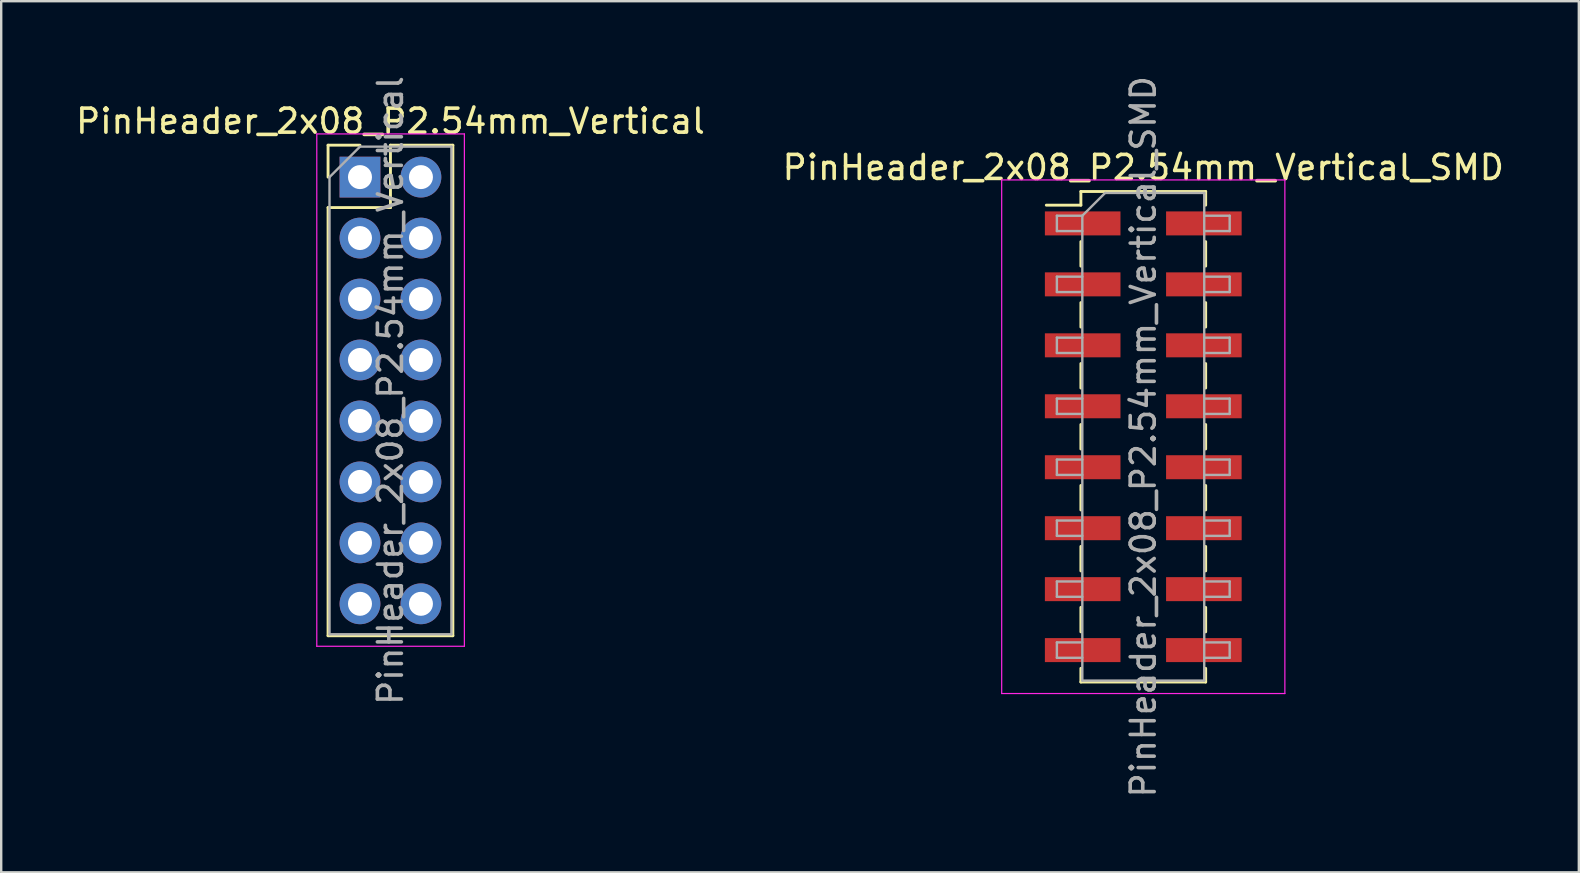
<source format=kicad_pcb>
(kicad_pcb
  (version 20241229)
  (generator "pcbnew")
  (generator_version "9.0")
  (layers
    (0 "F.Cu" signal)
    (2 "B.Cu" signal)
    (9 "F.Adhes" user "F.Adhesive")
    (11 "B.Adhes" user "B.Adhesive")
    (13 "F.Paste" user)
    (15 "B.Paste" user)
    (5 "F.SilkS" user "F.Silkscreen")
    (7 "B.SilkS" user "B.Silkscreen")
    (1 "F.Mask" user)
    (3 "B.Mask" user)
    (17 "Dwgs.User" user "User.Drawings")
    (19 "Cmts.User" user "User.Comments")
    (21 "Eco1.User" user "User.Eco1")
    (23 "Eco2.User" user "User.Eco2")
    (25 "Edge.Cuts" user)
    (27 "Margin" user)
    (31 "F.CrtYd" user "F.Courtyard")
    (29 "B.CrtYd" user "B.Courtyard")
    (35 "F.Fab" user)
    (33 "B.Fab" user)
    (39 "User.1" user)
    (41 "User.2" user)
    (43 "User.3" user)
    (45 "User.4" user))
  (footprint "PinHeader_2x08_P2.54mm_Vertical_SMD"
    (layer "F.Cu")
    (at 44.589 15.149)
    (property "Reference" "PinHeader_2x08_P2.54mm_Vertical_SMD" (at 0 -11.22 0) (layer "F.SilkS") (effects (font (size 1 1) (thickness 0.15))))
    (attr smd)
    (fp_line (start -4.04 -9.65) (end -2.6 -9.65) (stroke (width 0.12) (type solid)) (layer "F.SilkS"))
    (fp_line (start -2.6 -10.22) (end -2.6 -9.65) (stroke (width 0.12) (type solid)) (layer "F.SilkS"))
    (fp_line (start -2.6 -10.22) (end 2.6 -10.22) (stroke (width 0.12) (type solid)) (layer "F.SilkS"))
    (fp_line (start -2.6 -8.13) (end -2.6 -7.11) (stroke (width 0.12) (type solid)) (layer "F.SilkS"))
    (fp_line (start -2.6 -5.59) (end -2.6 -4.57) (stroke (width 0.12) (type solid)) (layer "F.SilkS"))
    (fp_line (start -2.6 -3.05) (end -2.6 -2.03) (stroke (width 0.12) (type solid)) (layer "F.SilkS"))
    (fp_line (start -2.6 -0.51) (end -2.6 0.51) (stroke (width 0.12) (type solid)) (layer "F.SilkS"))
    (fp_line (start -2.6 2.03) (end -2.6 3.05) (stroke (width 0.12) (type solid)) (layer "F.SilkS"))
    (fp_line (start -2.6 4.57) (end -2.6 5.59) (stroke (width 0.12) (type solid)) (layer "F.SilkS"))
    (fp_line (start -2.6 7.11) (end -2.6 8.13) (stroke (width 0.12) (type solid)) (layer "F.SilkS"))
    (fp_line (start -2.6 9.65) (end -2.6 10.22) (stroke (width 0.12) (type solid)) (layer "F.SilkS"))
    (fp_line (start -2.6 10.22) (end 2.6 10.22) (stroke (width 0.12) (type solid)) (layer "F.SilkS"))
    (fp_line (start 2.6 -10.22) (end 2.6 -9.65) (stroke (width 0.12) (type solid)) (layer "F.SilkS"))
    (fp_line (start 2.6 -8.13) (end 2.6 -7.11) (stroke (width 0.12) (type solid)) (layer "F.SilkS"))
    (fp_line (start 2.6 -5.59) (end 2.6 -4.57) (stroke (width 0.12) (type solid)) (layer "F.SilkS"))
    (fp_line (start 2.6 -3.05) (end 2.6 -2.03) (stroke (width 0.12) (type solid)) (layer "F.SilkS"))
    (fp_line (start 2.6 -0.51) (end 2.6 0.51) (stroke (width 0.12) (type solid)) (layer "F.SilkS"))
    (fp_line (start 2.6 2.03) (end 2.6 3.05) (stroke (width 0.12) (type solid)) (layer "F.SilkS"))
    (fp_line (start 2.6 4.57) (end 2.6 5.59) (stroke (width 0.12) (type solid)) (layer "F.SilkS"))
    (fp_line (start 2.6 7.11) (end 2.6 8.13) (stroke (width 0.12) (type solid)) (layer "F.SilkS"))
    (fp_line (start 2.6 9.65) (end 2.6 10.22) (stroke (width 0.12) (type solid)) (layer "F.SilkS"))
    (fp_line (start -5.9 -10.7) (end -5.9 10.7) (stroke (width 0.05) (type solid)) (layer "F.CrtYd"))
    (fp_line (start -5.9 10.7) (end 5.9 10.7) (stroke (width 0.05) (type solid)) (layer "F.CrtYd"))
    (fp_line (start 5.9 -10.7) (end -5.9 -10.7) (stroke (width 0.05) (type solid)) (layer "F.CrtYd"))
    (fp_line (start 5.9 10.7) (end 5.9 -10.7) (stroke (width 0.05) (type solid)) (layer "F.CrtYd"))
    (fp_line (start -3.6 -9.21) (end -3.6 -8.57) (stroke (width 0.1) (type solid)) (layer "F.Fab"))
    (fp_line (start -3.6 -8.57) (end -2.54 -8.57) (stroke (width 0.1) (type solid)) (layer "F.Fab"))
    (fp_line (start -3.6 -6.67) (end -3.6 -6.03) (stroke (width 0.1) (type solid)) (layer "F.Fab"))
    (fp_line (start -3.6 -6.03) (end -2.54 -6.03) (stroke (width 0.1) (type solid)) (layer "F.Fab"))
    (fp_line (start -3.6 -4.13) (end -3.6 -3.49) (stroke (width 0.1) (type solid)) (layer "F.Fab"))
    (fp_line (start -3.6 -3.49) (end -2.54 -3.49) (stroke (width 0.1) (type solid)) (layer "F.Fab"))
    (fp_line (start -3.6 -1.59) (end -3.6 -0.95) (stroke (width 0.1) (type solid)) (layer "F.Fab"))
    (fp_line (start -3.6 -0.95) (end -2.54 -0.95) (stroke (width 0.1) (type solid)) (layer "F.Fab"))
    (fp_line (start -3.6 0.95) (end -3.6 1.59) (stroke (width 0.1) (type solid)) (layer "F.Fab"))
    (fp_line (start -3.6 1.59) (end -2.54 1.59) (stroke (width 0.1) (type solid)) (layer "F.Fab"))
    (fp_line (start -3.6 3.49) (end -3.6 4.13) (stroke (width 0.1) (type solid)) (layer "F.Fab"))
    (fp_line (start -3.6 4.13) (end -2.54 4.13) (stroke (width 0.1) (type solid)) (layer "F.Fab"))
    (fp_line (start -3.6 6.03) (end -3.6 6.67) (stroke (width 0.1) (type solid)) (layer "F.Fab"))
    (fp_line (start -3.6 6.67) (end -2.54 6.67) (stroke (width 0.1) (type solid)) (layer "F.Fab"))
    (fp_line (start -3.6 8.57) (end -3.6 9.21) (stroke (width 0.1) (type solid)) (layer "F.Fab"))
    (fp_line (start -3.6 9.21) (end -2.54 9.21) (stroke (width 0.1) (type solid)) (layer "F.Fab"))
    (fp_line (start -2.54 -9.21) (end -3.6 -9.21) (stroke (width 0.1) (type solid)) (layer "F.Fab"))
    (fp_line (start -2.54 -9.21) (end -1.59 -10.16) (stroke (width 0.1) (type solid)) (layer "F.Fab"))
    (fp_line (start -2.54 -6.67) (end -3.6 -6.67) (stroke (width 0.1) (type solid)) (layer "F.Fab"))
    (fp_line (start -2.54 -4.13) (end -3.6 -4.13) (stroke (width 0.1) (type solid)) (layer "F.Fab"))
    (fp_line (start -2.54 -1.59) (end -3.6 -1.59) (stroke (width 0.1) (type solid)) (layer "F.Fab"))
    (fp_line (start -2.54 0.95) (end -3.6 0.95) (stroke (width 0.1) (type solid)) (layer "F.Fab"))
    (fp_line (start -2.54 3.49) (end -3.6 3.49) (stroke (width 0.1) (type solid)) (layer "F.Fab"))
    (fp_line (start -2.54 6.03) (end -3.6 6.03) (stroke (width 0.1) (type solid)) (layer "F.Fab"))
    (fp_line (start -2.54 8.57) (end -3.6 8.57) (stroke (width 0.1) (type solid)) (layer "F.Fab"))
    (fp_line (start -2.54 10.16) (end -2.54 -9.21) (stroke (width 0.1) (type solid)) (layer "F.Fab"))
    (fp_line (start -1.59 -10.16) (end 2.54 -10.16) (stroke (width 0.1) (type solid)) (layer "F.Fab"))
    (fp_line (start 2.54 -10.16) (end 2.54 10.16) (stroke (width 0.1) (type solid)) (layer "F.Fab"))
    (fp_line (start 2.54 -9.21) (end 3.6 -9.21) (stroke (width 0.1) (type solid)) (layer "F.Fab"))
    (fp_line (start 2.54 -6.67) (end 3.6 -6.67) (stroke (width 0.1) (type solid)) (layer "F.Fab"))
    (fp_line (start 2.54 -4.13) (end 3.6 -4.13) (stroke (width 0.1) (type solid)) (layer "F.Fab"))
    (fp_line (start 2.54 -1.59) (end 3.6 -1.59) (stroke (width 0.1) (type solid)) (layer "F.Fab"))
    (fp_line (start 2.54 0.95) (end 3.6 0.95) (stroke (width 0.1) (type solid)) (layer "F.Fab"))
    (fp_line (start 2.54 3.49) (end 3.6 3.49) (stroke (width 0.1) (type solid)) (layer "F.Fab"))
    (fp_line (start 2.54 6.03) (end 3.6 6.03) (stroke (width 0.1) (type solid)) (layer "F.Fab"))
    (fp_line (start 2.54 8.57) (end 3.6 8.57) (stroke (width 0.1) (type solid)) (layer "F.Fab"))
    (fp_line (start 2.54 10.16) (end -2.54 10.16) (stroke (width 0.1) (type solid)) (layer "F.Fab"))
    (fp_line (start 3.6 -9.21) (end 3.6 -8.57) (stroke (width 0.1) (type solid)) (layer "F.Fab"))
    (fp_line (start 3.6 -8.57) (end 2.54 -8.57) (stroke (width 0.1) (type solid)) (layer "F.Fab"))
    (fp_line (start 3.6 -6.67) (end 3.6 -6.03) (stroke (width 0.1) (type solid)) (layer "F.Fab"))
    (fp_line (start 3.6 -6.03) (end 2.54 -6.03) (stroke (width 0.1) (type solid)) (layer "F.Fab"))
    (fp_line (start 3.6 -4.13) (end 3.6 -3.49) (stroke (width 0.1) (type solid)) (layer "F.Fab"))
    (fp_line (start 3.6 -3.49) (end 2.54 -3.49) (stroke (width 0.1) (type solid)) (layer "F.Fab"))
    (fp_line (start 3.6 -1.59) (end 3.6 -0.95) (stroke (width 0.1) (type solid)) (layer "F.Fab"))
    (fp_line (start 3.6 -0.95) (end 2.54 -0.95) (stroke (width 0.1) (type solid)) (layer "F.Fab"))
    (fp_line (start 3.6 0.95) (end 3.6 1.59) (stroke (width 0.1) (type solid)) (layer "F.Fab"))
    (fp_line (start 3.6 1.59) (end 2.54 1.59) (stroke (width 0.1) (type solid)) (layer "F.Fab"))
    (fp_line (start 3.6 3.49) (end 3.6 4.13) (stroke (width 0.1) (type solid)) (layer "F.Fab"))
    (fp_line (start 3.6 4.13) (end 2.54 4.13) (stroke (width 0.1) (type solid)) (layer "F.Fab"))
    (fp_line (start 3.6 6.03) (end 3.6 6.67) (stroke (width 0.1) (type solid)) (layer "F.Fab"))
    (fp_line (start 3.6 6.67) (end 2.54 6.67) (stroke (width 0.1) (type solid)) (layer "F.Fab"))
    (fp_line (start 3.6 8.57) (end 3.6 9.21) (stroke (width 0.1) (type solid)) (layer "F.Fab"))
    (fp_line (start 3.6 9.21) (end 2.54 9.21) (stroke (width 0.1) (type solid)) (layer "F.Fab"))
    (fp_text user "${REFERENCE}" (at 0 0 90) (layer "F.Fab") (effects (font (size 1 1) (thickness 0.15))))
    (pad "1" smd rect (at -2.525 -8.89) (size 3.15 1) (layers "F.Cu" "F.Mask" "F.Paste"))
    (pad "2" smd rect (at 2.525 -8.89) (size 3.15 1) (layers "F.Cu" "F.Mask" "F.Paste"))
    (pad "3" smd rect (at -2.525 -6.35) (size 3.15 1) (layers "F.Cu" "F.Mask" "F.Paste"))
    (pad "4" smd rect (at 2.525 -6.35) (size 3.15 1) (layers "F.Cu" "F.Mask" "F.Paste"))
    (pad "5" smd rect (at -2.525 -3.81) (size 3.15 1) (layers "F.Cu" "F.Mask" "F.Paste"))
    (pad "6" smd rect (at 2.525 -3.81) (size 3.15 1) (layers "F.Cu" "F.Mask" "F.Paste"))
    (pad "7" smd rect (at -2.525 -1.27) (size 3.15 1) (layers "F.Cu" "F.Mask" "F.Paste"))
    (pad "8" smd rect (at 2.525 -1.27) (size 3.15 1) (layers "F.Cu" "F.Mask" "F.Paste"))
    (pad "9" smd rect (at -2.525 1.27) (size 3.15 1) (layers "F.Cu" "F.Mask" "F.Paste"))
    (pad "10" smd rect (at 2.525 1.27) (size 3.15 1) (layers "F.Cu" "F.Mask" "F.Paste"))
    (pad "11" smd rect (at -2.525 3.81) (size 3.15 1) (layers "F.Cu" "F.Mask" "F.Paste"))
    (pad "12" smd rect (at 2.525 3.81) (size 3.15 1) (layers "F.Cu" "F.Mask" "F.Paste"))
    (pad "13" smd rect (at -2.525 6.35) (size 3.15 1) (layers "F.Cu" "F.Mask" "F.Paste"))
    (pad "14" smd rect (at 2.525 6.35) (size 3.15 1) (layers "F.Cu" "F.Mask" "F.Paste"))
    (pad "15" smd rect (at -2.525 8.89) (size 3.15 1) (layers "F.Cu" "F.Mask" "F.Paste"))
    (pad "16" smd rect (at 2.525 8.89) (size 3.15 1) (layers "F.Cu" "F.Mask" "F.Paste")))
  (footprint "PinHeader_2x08_P2.54mm_Vertical"
    (layer "F.Cu")
    (at 11.95 4.33)
    (property "Reference" "PinHeader_2x08_P2.54mm_Vertical" (at 1.27 -2.33 0) (layer "F.SilkS") (effects (font (size 1 1) (thickness 0.15))))
    (attr through_hole)
    (fp_line (start -1.33 -1.33) (end 0 -1.33) (stroke (width 0.12) (type solid)) (layer "F.SilkS"))
    (fp_line (start -1.33 0) (end -1.33 -1.33) (stroke (width 0.12) (type solid)) (layer "F.SilkS"))
    (fp_line (start -1.33 1.27) (end -1.33 19.11) (stroke (width 0.12) (type solid)) (layer "F.SilkS"))
    (fp_line (start -1.33 1.27) (end 1.27 1.27) (stroke (width 0.12) (type solid)) (layer "F.SilkS"))
    (fp_line (start -1.33 19.11) (end 3.87 19.11) (stroke (width 0.12) (type solid)) (layer "F.SilkS"))
    (fp_line (start 1.27 -1.33) (end 3.87 -1.33) (stroke (width 0.12) (type solid)) (layer "F.SilkS"))
    (fp_line (start 1.27 1.27) (end 1.27 -1.33) (stroke (width 0.12) (type solid)) (layer "F.SilkS"))
    (fp_line (start 3.87 -1.33) (end 3.87 19.11) (stroke (width 0.12) (type solid)) (layer "F.SilkS"))
    (fp_line (start -1.8 -1.8) (end -1.8 19.55) (stroke (width 0.05) (type solid)) (layer "F.CrtYd"))
    (fp_line (start -1.8 19.55) (end 4.35 19.55) (stroke (width 0.05) (type solid)) (layer "F.CrtYd"))
    (fp_line (start 4.35 -1.8) (end -1.8 -1.8) (stroke (width 0.05) (type solid)) (layer "F.CrtYd"))
    (fp_line (start 4.35 19.55) (end 4.35 -1.8) (stroke (width 0.05) (type solid)) (layer "F.CrtYd"))
    (fp_line (start -1.27 0) (end 0 -1.27) (stroke (width 0.1) (type solid)) (layer "F.Fab"))
    (fp_line (start -1.27 19.05) (end -1.27 0) (stroke (width 0.1) (type solid)) (layer "F.Fab"))
    (fp_line (start 0 -1.27) (end 3.81 -1.27) (stroke (width 0.1) (type solid)) (layer "F.Fab"))
    (fp_line (start 3.81 -1.27) (end 3.81 19.05) (stroke (width 0.1) (type solid)) (layer "F.Fab"))
    (fp_line (start 3.81 19.05) (end -1.27 19.05) (stroke (width 0.1) (type solid)) (layer "F.Fab"))
    (fp_text user "${REFERENCE}" (at 1.27 8.89 90) (layer "F.Fab") (effects (font (size 1 1) (thickness 0.15))))
    (pad "1" thru_hole rect (at 0 0) (size 1.7 1.7) (drill 1) (layers "*.Cu" "*.Mask"))
    (pad "2" thru_hole oval (at 2.54 0) (size 1.7 1.7) (drill 1) (layers "*.Cu" "*.Mask"))
    (pad "3" thru_hole oval (at 0 2.54) (size 1.7 1.7) (drill 1) (layers "*.Cu" "*.Mask"))
    (pad "4" thru_hole oval (at 2.54 2.54) (size 1.7 1.7) (drill 1) (layers "*.Cu" "*.Mask"))
    (pad "5" thru_hole oval (at 0 5.08) (size 1.7 1.7) (drill 1) (layers "*.Cu" "*.Mask"))
    (pad "6" thru_hole oval (at 2.54 5.08) (size 1.7 1.7) (drill 1) (layers "*.Cu" "*.Mask"))
    (pad "7" thru_hole oval (at 0 7.62) (size 1.7 1.7) (drill 1) (layers "*.Cu" "*.Mask"))
    (pad "8" thru_hole oval (at 2.54 7.62) (size 1.7 1.7) (drill 1) (layers "*.Cu" "*.Mask"))
    (pad "9" thru_hole oval (at 0 10.16) (size 1.7 1.7) (drill 1) (layers "*.Cu" "*.Mask"))
    (pad "10" thru_hole oval (at 2.54 10.16) (size 1.7 1.7) (drill 1) (layers "*.Cu" "*.Mask"))
    (pad "11" thru_hole oval (at 0 12.7) (size 1.7 1.7) (drill 1) (layers "*.Cu" "*.Mask"))
    (pad "12" thru_hole oval (at 2.54 12.7) (size 1.7 1.7) (drill 1) (layers "*.Cu" "*.Mask"))
    (pad "13" thru_hole oval (at 0 15.24) (size 1.7 1.7) (drill 1) (layers "*.Cu" "*.Mask"))
    (pad "14" thru_hole oval (at 2.54 15.24) (size 1.7 1.7) (drill 1) (layers "*.Cu" "*.Mask"))
    (pad "15" thru_hole oval (at 0 17.78) (size 1.7 1.7) (drill 1) (layers "*.Cu" "*.Mask"))
    (pad "16" thru_hole oval (at 2.54 17.78) (size 1.7 1.7) (drill 1) (layers "*.Cu" "*.Mask")))
  (gr_rect
    (start -3 -3)
    (end 62.738 33.298)
    (stroke (width 0.1) (type default))
    (fill no)
    (layer "Edge.Cuts")))
</source>
